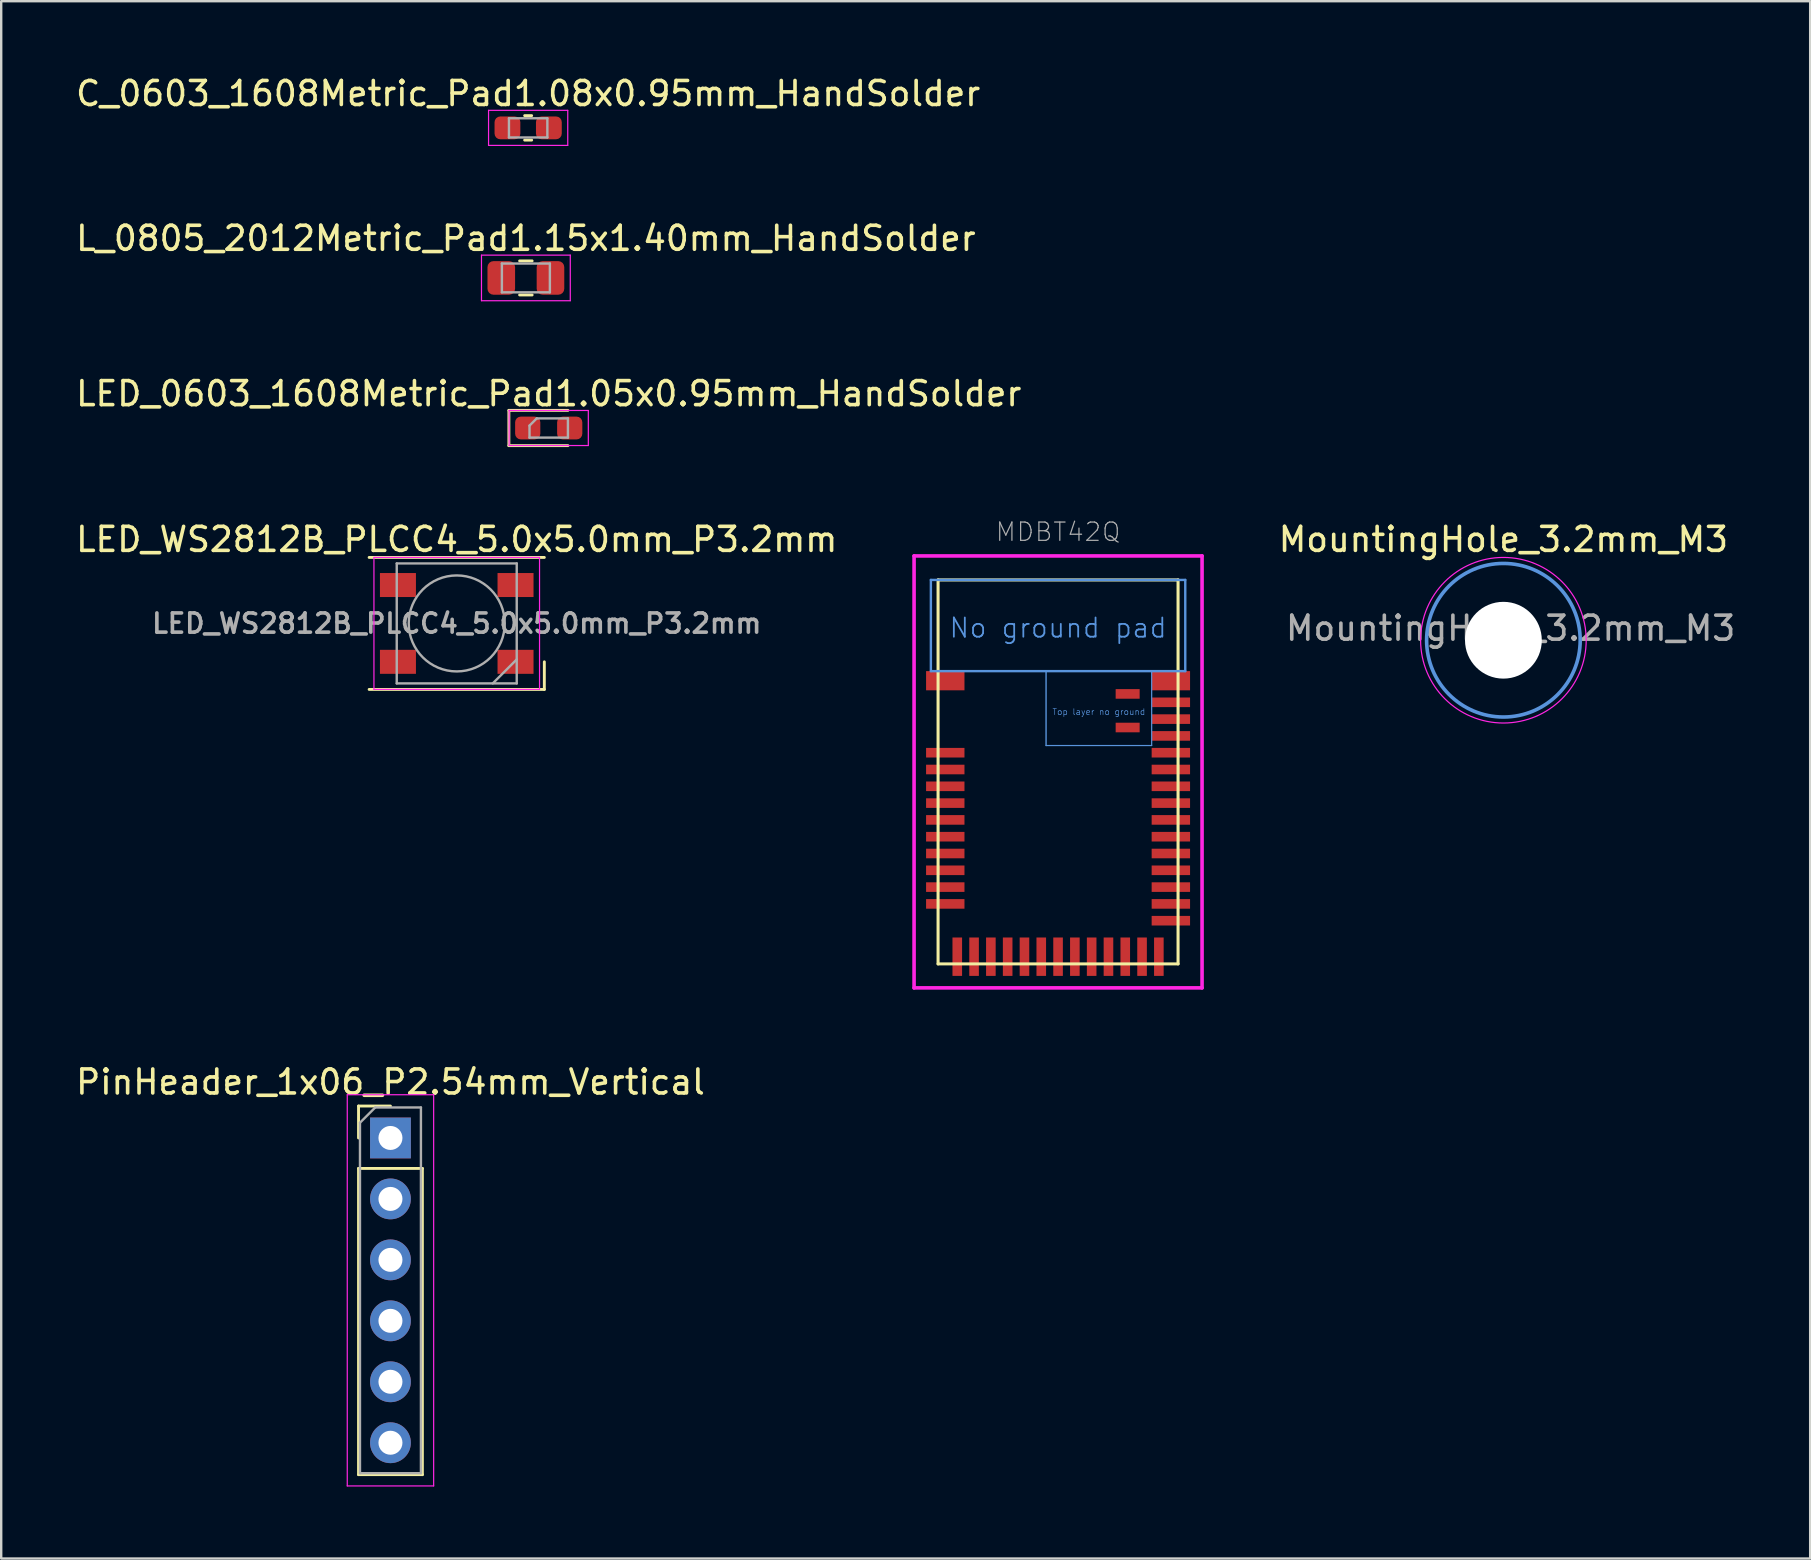
<source format=kicad_pcb>
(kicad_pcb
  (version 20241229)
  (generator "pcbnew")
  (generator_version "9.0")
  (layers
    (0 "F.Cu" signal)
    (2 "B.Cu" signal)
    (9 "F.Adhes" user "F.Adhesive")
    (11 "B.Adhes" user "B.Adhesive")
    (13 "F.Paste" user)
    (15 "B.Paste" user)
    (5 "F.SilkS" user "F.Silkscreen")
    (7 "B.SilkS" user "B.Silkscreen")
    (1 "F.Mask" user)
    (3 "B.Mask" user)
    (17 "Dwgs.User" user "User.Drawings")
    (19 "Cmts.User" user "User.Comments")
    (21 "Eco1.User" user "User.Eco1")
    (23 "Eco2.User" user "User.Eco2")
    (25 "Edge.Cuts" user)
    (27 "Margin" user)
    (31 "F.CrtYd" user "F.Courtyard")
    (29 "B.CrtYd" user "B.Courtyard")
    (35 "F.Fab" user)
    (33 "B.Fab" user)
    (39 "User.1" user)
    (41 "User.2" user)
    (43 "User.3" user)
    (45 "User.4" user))
  (footprint "MountingHole_3.2mm_M3"
    (layer "F.Cu")
    (at 59.596 23.628)
    (property "Reference" "MountingHole_3.2mm_M3" (at 0 -4.2 0) (layer "F.SilkS") (effects (font (size 1 1) (thickness 0.15))))
    (attr exclude_from_pos_files)
    (fp_circle (center 0 0) (end 3.2 0) (stroke (width 0.15) (type solid)) (fill no) (layer "Cmts.User"))
    (fp_circle (center 0 0) (end 3.45 0) (stroke (width 0.05) (type solid)) (fill no) (layer "F.CrtYd"))
    (fp_text user "${REFERENCE}" (at 0.3 -0.5 0) (layer "F.Fab") (effects (font (size 1 1) (thickness 0.15))))
    (pad "" np_thru_hole circle (at 0 0) (size 3.2 3.2) (drill 3.2) (layers "*.Cu" "*.Mask")))
  (footprint "LED_0603_1608Metric_Pad1.05x0.95mm_HandSolder"
    (layer "F.Cu")
    (at 19.815 14.785)
    (property "Reference" "LED_0603_1608Metric_Pad1.05x0.95mm_HandSolder" (at 0 -1.43 0) (layer "F.SilkS") (effects (font (size 1 1) (thickness 0.15))))
    (attr smd)
    (fp_line (start -1.66 -0.735) (end -1.66 0.735) (stroke (width 0.12) (type solid)) (layer "F.SilkS"))
    (fp_line (start -1.66 0.735) (end 0.8 0.735) (stroke (width 0.12) (type solid)) (layer "F.SilkS"))
    (fp_line (start 0.8 -0.735) (end -1.66 -0.735) (stroke (width 0.12) (type solid)) (layer "F.SilkS"))
    (fp_line (start -1.65 -0.73) (end 1.65 -0.73) (stroke (width 0.05) (type solid)) (layer "F.CrtYd"))
    (fp_line (start -1.65 0.73) (end -1.65 -0.73) (stroke (width 0.05) (type solid)) (layer "F.CrtYd"))
    (fp_line (start 1.65 -0.73) (end 1.65 0.73) (stroke (width 0.05) (type solid)) (layer "F.CrtYd"))
    (fp_line (start 1.65 0.73) (end -1.65 0.73) (stroke (width 0.05) (type solid)) (layer "F.CrtYd"))
    (fp_line (start -0.8 -0.1) (end -0.8 0.4) (stroke (width 0.1) (type solid)) (layer "F.Fab"))
    (fp_line (start -0.8 0.4) (end 0.8 0.4) (stroke (width 0.1) (type solid)) (layer "F.Fab"))
    (fp_line (start -0.5 -0.4) (end -0.8 -0.1) (stroke (width 0.1) (type solid)) (layer "F.Fab"))
    (fp_line (start 0.8 -0.4) (end -0.5 -0.4) (stroke (width 0.1) (type solid)) (layer "F.Fab"))
    (fp_line (start 0.8 0.4) (end 0.8 -0.4) (stroke (width 0.1) (type solid)) (layer "F.Fab"))
    (pad "1" smd roundrect (at -0.875 0 180) (size 1.05 0.95) (layers "F.Cu" "F.Mask" "F.Paste") (roundrect_rratio 0.25))
    (pad "2" smd roundrect (at 0.875 0 180) (size 1.05 0.95) (layers "F.Cu" "F.Mask" "F.Paste") (roundrect_rratio 0.25)))
  (footprint "MDBT42Q"
    (layer "F.Cu")
    (at 41.039 29.115)
    (property "Reference" "MDBT42Q" (at 0 -10 0) (layer "F.Fab") (effects (font (size 0.762 0.762) (thickness 0.051))))
    (attr smd)
    (fp_line (start -5 -8) (end 5 -8) (stroke (width 0.127) (type solid)) (layer "F.SilkS"))
    (fp_line (start -5 8) (end -5 -8) (stroke (width 0.127) (type solid)) (layer "F.SilkS"))
    (fp_line (start 5 -8) (end 5 8) (stroke (width 0.127) (type solid)) (layer "F.SilkS"))
    (fp_line (start 5 8) (end -5 8) (stroke (width 0.127) (type solid)) (layer "F.SilkS"))
    (fp_line (start -5.3 -8) (end -5.3 -4.2) (stroke (width 0.1) (type solid)) (layer "Cmts.User"))
    (fp_line (start -5.3 -8) (end 5.3 -8) (stroke (width 0.1) (type solid)) (layer "Cmts.User"))
    (fp_line (start -5.3 -4.2) (end 5.3 -4.2) (stroke (width 0.1) (type solid)) (layer "Cmts.User"))
    (fp_line (start -0.5 -4.2) (end -0.5 -1.1) (stroke (width 0.058) (type solid)) (layer "Cmts.User"))
    (fp_line (start -0.5 -4.2) (end 3.9 -4.2) (stroke (width 0.05) (type solid)) (layer "Cmts.User"))
    (fp_line (start -0.5 -1.1) (end 3.9 -1.1) (stroke (width 0.05) (type solid)) (layer "Cmts.User"))
    (fp_line (start 3.9 -4.2) (end 3.9 -1.1) (stroke (width 0.05) (type solid)) (layer "Cmts.User"))
    (fp_line (start 5.3 -8) (end 5.3 -4.2) (stroke (width 0.1) (type solid)) (layer "Cmts.User"))
    (fp_line (start -6 -9) (end -6 9) (stroke (width 0.15) (type solid)) (layer "F.CrtYd"))
    (fp_line (start -6 9) (end 6 9) (stroke (width 0.15) (type solid)) (layer "F.CrtYd"))
    (fp_line (start 6 -9) (end -6 -9) (stroke (width 0.15) (type solid)) (layer "F.CrtYd"))
    (fp_line (start 6 9) (end 6 -9) (stroke (width 0.15) (type solid)) (layer "F.CrtYd"))
    (fp_text user "Top layer no ground" (at 1.7 -2.5 0) (layer "Cmts.User") (effects (font (size 0.25 0.25) (thickness 0.025))))
    (fp_text user "No ground pad" (at 0 -6 0) (layer "Cmts.User") (effects (font (size 0.8 0.8) (thickness 0.075))))
    (pad "1" smd rect (at -4.7 -3.8 180) (size 1.6 0.8) (layers "F.Cu" "F.Mask" "F.Paste"))
    (pad "2" smd rect (at -4.7 -0.8 180) (size 1.6 0.4) (layers "F.Cu" "F.Mask" "F.Paste"))
    (pad "3" smd rect (at -4.7 -0.1 180) (size 1.6 0.4) (layers "F.Cu" "F.Mask" "F.Paste"))
    (pad "4" smd rect (at -4.7 0.6 180) (size 1.6 0.4) (layers "F.Cu" "F.Mask" "F.Paste"))
    (pad "5" smd rect (at -4.7 1.3 180) (size 1.6 0.4) (layers "F.Cu" "F.Mask" "F.Paste"))
    (pad "6" smd rect (at -4.7 2 180) (size 1.6 0.4) (layers "F.Cu" "F.Mask" "F.Paste"))
    (pad "7" smd rect (at -4.7 2.7 180) (size 1.6 0.4) (layers "F.Cu" "F.Mask" "F.Paste"))
    (pad "8" smd rect (at -4.7 3.4 180) (size 1.6 0.4) (layers "F.Cu" "F.Mask" "F.Paste"))
    (pad "9" smd rect (at -4.7 4.1 180) (size 1.6 0.4) (layers "F.Cu" "F.Mask" "F.Paste"))
    (pad "10" smd rect (at -4.7 4.8 180) (size 1.6 0.4) (layers "F.Cu" "F.Mask" "F.Paste"))
    (pad "11" smd rect (at -4.7 5.5 180) (size 1.6 0.4) (layers "F.Cu" "F.Mask" "F.Paste"))
    (pad "12" smd rect (at -4.2 7.7 270) (size 1.6 0.4) (layers "F.Cu" "F.Mask" "F.Paste"))
    (pad "13" smd rect (at -3.5 7.7 270) (size 1.6 0.4) (layers "F.Cu" "F.Mask" "F.Paste"))
    (pad "14" smd rect (at -2.8 7.7 270) (size 1.6 0.4) (layers "F.Cu" "F.Mask" "F.Paste"))
    (pad "15" smd rect (at -2.1 7.7 270) (size 1.6 0.4) (layers "F.Cu" "F.Mask" "F.Paste"))
    (pad "16" smd rect (at -1.4 7.7 270) (size 1.6 0.4) (layers "F.Cu" "F.Mask" "F.Paste"))
    (pad "17" smd rect (at -0.7 7.7 270) (size 1.6 0.4) (layers "F.Cu" "F.Mask" "F.Paste"))
    (pad "18" smd rect (at 0 7.7 270) (size 1.6 0.4) (layers "F.Cu" "F.Mask" "F.Paste"))
    (pad "19" smd rect (at 0.7 7.7 270) (size 1.6 0.4) (layers "F.Cu" "F.Mask" "F.Paste"))
    (pad "20" smd rect (at 1.4 7.7 270) (size 1.6 0.4) (layers "F.Cu" "F.Mask" "F.Paste"))
    (pad "21" smd rect (at 2.1 7.7 270) (size 1.6 0.4) (layers "F.Cu" "F.Mask" "F.Paste"))
    (pad "22" smd rect (at 2.8 7.7 270) (size 1.6 0.4) (layers "F.Cu" "F.Mask" "F.Paste"))
    (pad "23" smd rect (at 3.5 7.7 270) (size 1.6 0.4) (layers "F.Cu" "F.Mask" "F.Paste"))
    (pad "24" smd rect (at 4.2 7.7 270) (size 1.6 0.4) (layers "F.Cu" "F.Mask" "F.Paste"))
    (pad "25" smd rect (at 4.7 6.2) (size 1.6 0.4) (layers "F.Cu" "F.Mask" "F.Paste"))
    (pad "26" smd rect (at 4.7 5.5) (size 1.6 0.4) (layers "F.Cu" "F.Mask" "F.Paste"))
    (pad "27" smd rect (at 4.7 4.8) (size 1.6 0.4) (layers "F.Cu" "F.Mask" "F.Paste"))
    (pad "28" smd rect (at 4.7 4.1) (size 1.6 0.4) (layers "F.Cu" "F.Mask" "F.Paste"))
    (pad "29" smd rect (at 4.7 3.4) (size 1.6 0.4) (layers "F.Cu" "F.Mask" "F.Paste"))
    (pad "30" smd rect (at 4.7 2.7) (size 1.6 0.4) (layers "F.Cu" "F.Mask" "F.Paste"))
    (pad "31" smd rect (at 4.7 2) (size 1.6 0.4) (layers "F.Cu" "F.Mask" "F.Paste"))
    (pad "32" smd rect (at 4.7 1.3) (size 1.6 0.4) (layers "F.Cu" "F.Mask" "F.Paste"))
    (pad "33" smd rect (at 4.7 0.6) (size 1.6 0.4) (layers "F.Cu" "F.Mask" "F.Paste"))
    (pad "34" smd rect (at 4.7 -0.1) (size 1.6 0.4) (layers "F.Cu" "F.Mask" "F.Paste"))
    (pad "35" smd rect (at 4.7 -0.8) (size 1.6 0.4) (layers "F.Cu" "F.Mask" "F.Paste"))
    (pad "36" smd rect (at 4.7 -1.5) (size 1.6 0.4) (layers "F.Cu" "F.Mask" "F.Paste"))
    (pad "37" smd rect (at 4.7 -2.2) (size 1.6 0.4) (layers "F.Cu" "F.Mask" "F.Paste"))
    (pad "38" smd rect (at 4.7 -2.9) (size 1.6 0.4) (layers "F.Cu" "F.Mask" "F.Paste"))
    (pad "39" smd rect (at 4.7 -3.8) (size 1.6 0.8) (layers "F.Cu" "F.Mask" "F.Paste"))
    (pad "40" smd rect (at 2.9 -3.25) (size 1 0.4) (layers "F.Cu" "F.Mask" "F.Paste"))
    (pad "41" smd rect (at 2.9 -1.85) (size 1 0.4) (layers "F.Cu" "F.Mask" "F.Paste")))
  (footprint "PinHeader_1x06_P2.54mm_Vertical"
    (layer "F.Cu")
    (at 13.22 44.368)
    (property "Reference" "PinHeader_1x06_P2.54mm_Vertical" (at 0 -2.33 180) (layer "F.SilkS") (effects (font (size 1 1) (thickness 0.15))))
    (attr through_hole)
    (fp_line (start -1.33 -1.33) (end 0 -1.33) (stroke (width 0.12) (type solid)) (layer "F.SilkS"))
    (fp_line (start -1.33 0) (end -1.33 -1.33) (stroke (width 0.12) (type solid)) (layer "F.SilkS"))
    (fp_line (start -1.33 1.27) (end -1.33 14.03) (stroke (width 0.12) (type solid)) (layer "F.SilkS"))
    (fp_line (start -1.33 1.27) (end 1.33 1.27) (stroke (width 0.12) (type solid)) (layer "F.SilkS"))
    (fp_line (start -1.33 14.03) (end 1.33 14.03) (stroke (width 0.12) (type solid)) (layer "F.SilkS"))
    (fp_line (start 1.33 1.27) (end 1.33 14.03) (stroke (width 0.12) (type solid)) (layer "F.SilkS"))
    (fp_line (start -1.8 -1.8) (end -1.8 14.5) (stroke (width 0.05) (type solid)) (layer "F.CrtYd"))
    (fp_line (start -1.8 14.5) (end 1.8 14.5) (stroke (width 0.05) (type solid)) (layer "F.CrtYd"))
    (fp_line (start 1.8 -1.8) (end -1.8 -1.8) (stroke (width 0.05) (type solid)) (layer "F.CrtYd"))
    (fp_line (start 1.8 14.5) (end 1.8 -1.8) (stroke (width 0.05) (type solid)) (layer "F.CrtYd"))
    (fp_line (start -1.27 -0.635) (end -0.635 -1.27) (stroke (width 0.1) (type solid)) (layer "F.Fab"))
    (fp_line (start -1.27 13.97) (end -1.27 -0.635) (stroke (width 0.1) (type solid)) (layer "F.Fab"))
    (fp_line (start -0.635 -1.27) (end 1.27 -1.27) (stroke (width 0.1) (type solid)) (layer "F.Fab"))
    (fp_line (start 1.27 -1.27) (end 1.27 13.97) (stroke (width 0.1) (type solid)) (layer "F.Fab"))
    (fp_line (start 1.27 13.97) (end -1.27 13.97) (stroke (width 0.1) (type solid)) (layer "F.Fab"))
    (pad "1" thru_hole rect (at 0 0) (size 1.7 1.7) (drill 1) (layers "*.Cu" "*.Mask"))
    (pad "2" thru_hole oval (at 0 2.54) (size 1.7 1.7) (drill 1) (layers "*.Cu" "*.Mask"))
    (pad "3" thru_hole oval (at 0 5.08) (size 1.7 1.7) (drill 1) (layers "*.Cu" "*.Mask"))
    (pad "4" thru_hole oval (at 0 7.62) (size 1.7 1.7) (drill 1) (layers "*.Cu" "*.Mask"))
    (pad "5" thru_hole oval (at 0 10.16) (size 1.7 1.7) (drill 1) (layers "*.Cu" "*.Mask"))
    (pad "6" thru_hole oval (at 0 12.7) (size 1.7 1.7) (drill 1) (layers "*.Cu" "*.Mask")))
  (footprint "L_0805_2012Metric_Pad1.15x1.40mm_HandSolder"
    (layer "F.Cu")
    (at 18.863 8.531)
    (property "Reference" "L_0805_2012Metric_Pad1.15x1.40mm_HandSolder" (at 0 -1.65 0) (layer "F.SilkS") (effects (font (size 1 1) (thickness 0.15))))
    (attr smd)
    (fp_line (start -0.261 -0.71) (end 0.261 -0.71) (stroke (width 0.12) (type solid)) (layer "F.SilkS"))
    (fp_line (start -0.261 0.71) (end 0.261 0.71) (stroke (width 0.12) (type solid)) (layer "F.SilkS"))
    (fp_line (start -1.85 -0.95) (end 1.85 -0.95) (stroke (width 0.05) (type solid)) (layer "F.CrtYd"))
    (fp_line (start -1.85 0.95) (end -1.85 -0.95) (stroke (width 0.05) (type solid)) (layer "F.CrtYd"))
    (fp_line (start 1.85 -0.95) (end 1.85 0.95) (stroke (width 0.05) (type solid)) (layer "F.CrtYd"))
    (fp_line (start 1.85 0.95) (end -1.85 0.95) (stroke (width 0.05) (type solid)) (layer "F.CrtYd"))
    (fp_line (start -1 -0.6) (end 1 -0.6) (stroke (width 0.1) (type solid)) (layer "F.Fab"))
    (fp_line (start -1 0.6) (end -1 -0.6) (stroke (width 0.1) (type solid)) (layer "F.Fab"))
    (fp_line (start 1 -0.6) (end 1 0.6) (stroke (width 0.1) (type solid)) (layer "F.Fab"))
    (fp_line (start 1 0.6) (end -1 0.6) (stroke (width 0.1) (type solid)) (layer "F.Fab"))
    (pad "1" smd roundrect (at -1.025 0 180) (size 1.15 1.4) (layers "F.Cu" "F.Mask" "F.Paste") (roundrect_rratio 0.217))
    (pad "2" smd roundrect (at 1.025 0 180) (size 1.15 1.4) (layers "F.Cu" "F.Mask" "F.Paste") (roundrect_rratio 0.217)))
  (footprint "C_0603_1608Metric_Pad1.08x0.95mm_HandSolder"
    (layer "F.Cu")
    (at 18.958 2.278)
    (property "Reference" "C_0603_1608Metric_Pad1.08x0.95mm_HandSolder" (at 0 -1.43 0) (layer "F.SilkS") (effects (font (size 1 1) (thickness 0.15))))
    (attr smd)
    (fp_line (start -0.146 -0.51) (end 0.146 -0.51) (stroke (width 0.12) (type solid)) (layer "F.SilkS"))
    (fp_line (start -0.146 0.51) (end 0.146 0.51) (stroke (width 0.12) (type solid)) (layer "F.SilkS"))
    (fp_line (start -1.65 -0.73) (end 1.65 -0.73) (stroke (width 0.05) (type solid)) (layer "F.CrtYd"))
    (fp_line (start -1.65 0.73) (end -1.65 -0.73) (stroke (width 0.05) (type solid)) (layer "F.CrtYd"))
    (fp_line (start 1.65 -0.73) (end 1.65 0.73) (stroke (width 0.05) (type solid)) (layer "F.CrtYd"))
    (fp_line (start 1.65 0.73) (end -1.65 0.73) (stroke (width 0.05) (type solid)) (layer "F.CrtYd"))
    (fp_line (start -0.8 -0.4) (end 0.8 -0.4) (stroke (width 0.1) (type solid)) (layer "F.Fab"))
    (fp_line (start -0.8 0.4) (end -0.8 -0.4) (stroke (width 0.1) (type solid)) (layer "F.Fab"))
    (fp_line (start 0.8 -0.4) (end 0.8 0.4) (stroke (width 0.1) (type solid)) (layer "F.Fab"))
    (fp_line (start 0.8 0.4) (end -0.8 0.4) (stroke (width 0.1) (type solid)) (layer "F.Fab"))
    (pad "1" smd roundrect (at -0.863 0 180) (size 1.075 0.95) (layers "F.Cu" "F.Mask" "F.Paste") (roundrect_rratio 0.25))
    (pad "2" smd roundrect (at 0.863 0 180) (size 1.075 0.95) (layers "F.Cu" "F.Mask" "F.Paste") (roundrect_rratio 0.25)))
  (footprint "LED_WS2812B_PLCC4_5.0x5.0mm_P3.2mm"
    (layer "F.Cu")
    (at 15.982 22.928)
    (property "Reference" "LED_WS2812B_PLCC4_5.0x5.0mm_P3.2mm" (at 0 -3.5 0) (layer "F.SilkS") (effects (font (size 1 1) (thickness 0.15))))
    (attr smd)
    (fp_line (start -3.65 -2.75) (end 3.65 -2.75) (stroke (width 0.12) (type solid)) (layer "F.SilkS"))
    (fp_line (start -3.65 2.75) (end 3.65 2.75) (stroke (width 0.12) (type solid)) (layer "F.SilkS"))
    (fp_line (start 3.65 2.75) (end 3.65 1.6) (stroke (width 0.12) (type solid)) (layer "F.SilkS"))
    (fp_line (start -3.45 -2.75) (end -3.45 2.75) (stroke (width 0.05) (type solid)) (layer "F.CrtYd"))
    (fp_line (start -3.45 2.75) (end 3.45 2.75) (stroke (width 0.05) (type solid)) (layer "F.CrtYd"))
    (fp_line (start 3.45 -2.75) (end -3.45 -2.75) (stroke (width 0.05) (type solid)) (layer "F.CrtYd"))
    (fp_line (start 3.45 2.75) (end 3.45 -2.75) (stroke (width 0.05) (type solid)) (layer "F.CrtYd"))
    (fp_line (start -2.5 -2.5) (end -2.5 2.5) (stroke (width 0.1) (type solid)) (layer "F.Fab"))
    (fp_line (start -2.5 2.5) (end 2.5 2.5) (stroke (width 0.1) (type solid)) (layer "F.Fab"))
    (fp_line (start 2.5 -2.5) (end -2.5 -2.5) (stroke (width 0.1) (type solid)) (layer "F.Fab"))
    (fp_line (start 2.5 1.5) (end 1.5 2.5) (stroke (width 0.1) (type solid)) (layer "F.Fab"))
    (fp_line (start 2.5 2.5) (end 2.5 -2.5) (stroke (width 0.1) (type solid)) (layer "F.Fab"))
    (fp_circle (center 0 0) (end 0 -2) (stroke (width 0.1) (type solid)) (fill no) (layer "F.Fab"))
    (fp_text user "${REFERENCE}" (at 0 0 0) (layer "F.Fab") (effects (font (size 0.8 0.8) (thickness 0.15))))
    (pad "1" smd rect (at -2.45 -1.6) (size 1.5 1) (layers "F.Cu" "F.Mask" "F.Paste"))
    (pad "2" smd rect (at -2.45 1.6) (size 1.5 1) (layers "F.Cu" "F.Mask" "F.Paste"))
    (pad "3" smd rect (at 2.45 1.6) (size 1.5 1) (layers "F.Cu" "F.Mask" "F.Paste"))
    (pad "4" smd rect (at 2.45 -1.6) (size 1.5 1) (layers "F.Cu" "F.Mask" "F.Paste")))
  (gr_rect
    (start -3 -3)
    (end 72.379 61.893)
    (stroke (width 0.1) (type default))
    (fill no)
    (layer "Edge.Cuts")))
</source>
